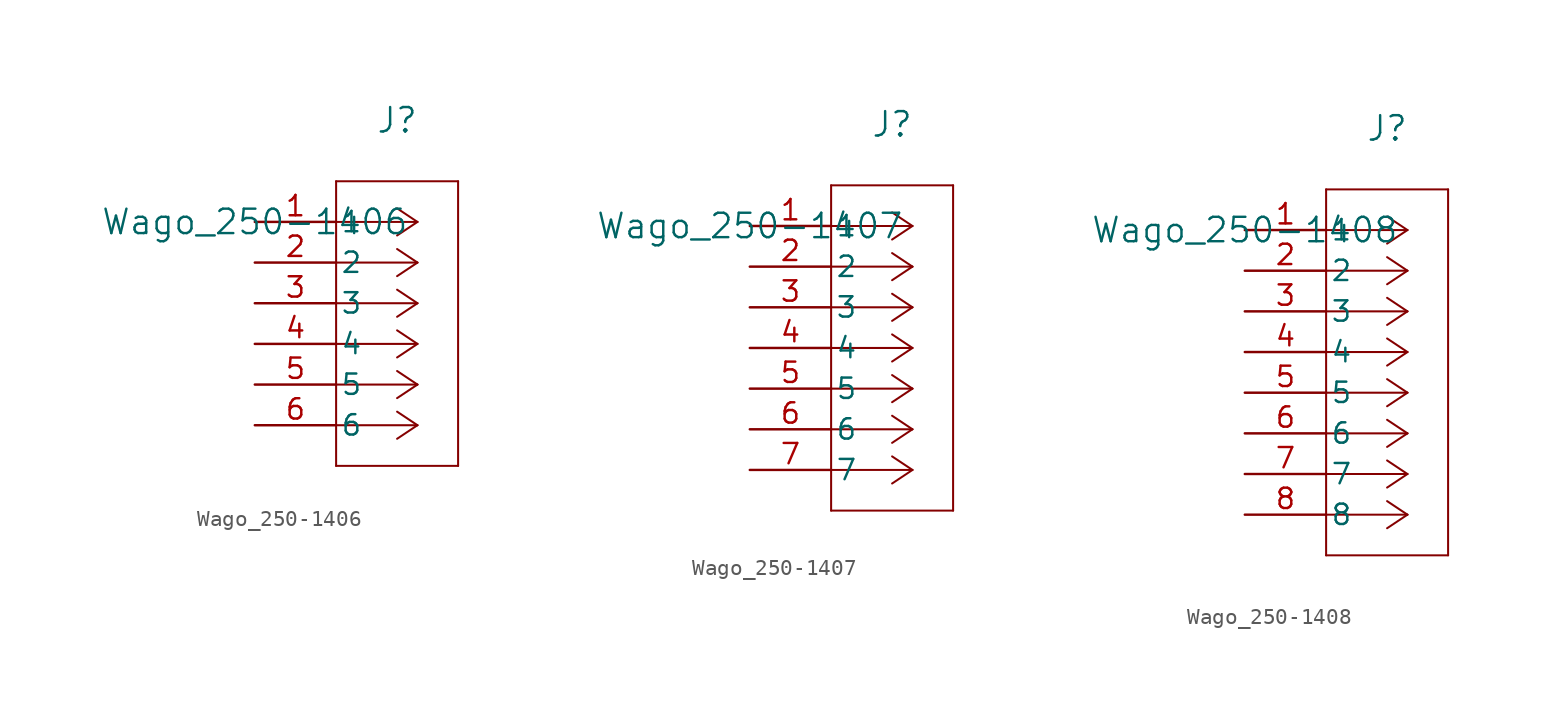
<source format=kicad_sym>
(kicad_symbol_lib
  (version 20241209)
  (generator "kicad_symbol_editor")
  (generator_version "9.0")
  (symbol "Wago_250-1406"
    (pin_names
      (offset 0.254))
    (property "Reference" "J"
      (at 8.89 6.35 0)
      (effects (font (size 1.524 1.524))))
    (property "Value" "Wago_250-1406"
      (at 0 0 0)
      (effects (font (size 1.524 1.524))))
    (property "ki_locked" ""
      (at 0 0 0)
      (effects (font (size 1.27 1.27))))
    (symbol "Wago_250-1406_0_1"
      (polyline (pts (xy 5.08 2.54) (xy 5.08 -15.24)) (stroke (width 0.127) (type default)) (fill (type none)))
      (polyline (pts (xy 5.08 -15.24) (xy 12.7 -15.24)) (stroke (width 0.127) (type default)) (fill (type none)))
      (polyline (pts (xy 10.16 0) (xy 5.08 0)) (stroke (width 0.127) (type default)) (fill (type none)))
      (polyline (pts (xy 10.16 0) (xy 8.89 0.847)) (stroke (width 0.127) (type default)) (fill (type none)))
      (polyline (pts (xy 10.16 0) (xy 8.89 -0.847)) (stroke (width 0.127) (type default)) (fill (type none)))
      (polyline (pts (xy 10.16 -2.54) (xy 5.08 -2.54)) (stroke (width 0.127) (type default)) (fill (type none)))
      (polyline (pts (xy 10.16 -2.54) (xy 8.89 -1.693)) (stroke (width 0.127) (type default)) (fill (type none)))
      (polyline (pts (xy 10.16 -2.54) (xy 8.89 -3.387)) (stroke (width 0.127) (type default)) (fill (type none)))
      (polyline (pts (xy 10.16 -5.08) (xy 5.08 -5.08)) (stroke (width 0.127) (type default)) (fill (type none)))
      (polyline (pts (xy 10.16 -5.08) (xy 8.89 -4.233)) (stroke (width 0.127) (type default)) (fill (type none)))
      (polyline (pts (xy 10.16 -5.08) (xy 8.89 -5.927)) (stroke (width 0.127) (type default)) (fill (type none)))
      (polyline (pts (xy 10.16 -7.62) (xy 5.08 -7.62)) (stroke (width 0.127) (type default)) (fill (type none)))
      (polyline (pts (xy 10.16 -7.62) (xy 8.89 -6.773)) (stroke (width 0.127) (type default)) (fill (type none)))
      (polyline (pts (xy 10.16 -7.62) (xy 8.89 -8.467)) (stroke (width 0.127) (type default)) (fill (type none)))
      (polyline (pts (xy 10.16 -10.16) (xy 5.08 -10.16)) (stroke (width 0.127) (type default)) (fill (type none)))
      (polyline (pts (xy 10.16 -10.16) (xy 8.89 -9.313)) (stroke (width 0.127) (type default)) (fill (type none)))
      (polyline (pts (xy 10.16 -10.16) (xy 8.89 -11.007)) (stroke (width 0.127) (type default)) (fill (type none)))
      (polyline (pts (xy 10.16 -12.7) (xy 5.08 -12.7)) (stroke (width 0.127) (type default)) (fill (type none)))
      (polyline (pts (xy 10.16 -12.7) (xy 8.89 -11.853)) (stroke (width 0.127) (type default)) (fill (type none)))
      (polyline (pts (xy 10.16 -12.7) (xy 8.89 -13.547)) (stroke (width 0.127) (type default)) (fill (type none)))
      (polyline (pts (xy 12.7 2.54) (xy 5.08 2.54)) (stroke (width 0.127) (type default)) (fill (type none)))
      (polyline (pts (xy 12.7 -15.24) (xy 12.7 2.54)) (stroke (width 0.127) (type default)) (fill (type none)))
      (pin unspecified line (at 0 0 0) (length 5.08) (name "1" (effects (font (size 1.27 1.27)))) (number "1" (effects (font (size 1.27 1.27)))))
      (pin unspecified line (at 0 -2.54 0) (length 5.08) (name "2" (effects (font (size 1.27 1.27)))) (number "2" (effects (font (size 1.27 1.27)))))
      (pin unspecified line (at 0 -5.08 0) (length 5.08) (name "3" (effects (font (size 1.27 1.27)))) (number "3" (effects (font (size 1.27 1.27)))))
      (pin unspecified line (at 0 -7.62 0) (length 5.08) (name "4" (effects (font (size 1.27 1.27)))) (number "4" (effects (font (size 1.27 1.27)))))
      (pin unspecified line (at 0 -10.16 0) (length 5.08) (name "5" (effects (font (size 1.27 1.27)))) (number "5" (effects (font (size 1.27 1.27)))))
      (pin unspecified line (at 0 -12.7 0) (length 5.08) (name "6" (effects (font (size 1.27 1.27)))) (number "6" (effects (font (size 1.27 1.27)))))))
  (symbol "Wago_250-1407"
    (pin_names
      (offset 0.254))
    (property "Reference" "J"
      (at 8.89 6.35 0)
      (effects (font (size 1.524 1.524))))
    (property "Value" "Wago_250-1407"
      (at 0 0 0)
      (effects (font (size 1.524 1.524))))
    (property "ki_locked" ""
      (at 0 0 0)
      (effects (font (size 1.27 1.27))))
    (symbol "Wago_250-1407_0_1"
      (polyline (pts (xy 5.08 2.54) (xy 5.08 -17.78)) (stroke (width 0.127) (type default)) (fill (type none)))
      (polyline (pts (xy 5.08 -17.78) (xy 12.7 -17.78)) (stroke (width 0.127) (type default)) (fill (type none)))
      (polyline (pts (xy 10.16 0) (xy 5.08 0)) (stroke (width 0.127) (type default)) (fill (type none)))
      (polyline (pts (xy 10.16 0) (xy 8.89 0.847)) (stroke (width 0.127) (type default)) (fill (type none)))
      (polyline (pts (xy 10.16 0) (xy 8.89 -0.847)) (stroke (width 0.127) (type default)) (fill (type none)))
      (polyline (pts (xy 10.16 -2.54) (xy 5.08 -2.54)) (stroke (width 0.127) (type default)) (fill (type none)))
      (polyline (pts (xy 10.16 -2.54) (xy 8.89 -1.693)) (stroke (width 0.127) (type default)) (fill (type none)))
      (polyline (pts (xy 10.16 -2.54) (xy 8.89 -3.387)) (stroke (width 0.127) (type default)) (fill (type none)))
      (polyline (pts (xy 10.16 -5.08) (xy 5.08 -5.08)) (stroke (width 0.127) (type default)) (fill (type none)))
      (polyline (pts (xy 10.16 -5.08) (xy 8.89 -4.233)) (stroke (width 0.127) (type default)) (fill (type none)))
      (polyline (pts (xy 10.16 -5.08) (xy 8.89 -5.927)) (stroke (width 0.127) (type default)) (fill (type none)))
      (polyline (pts (xy 10.16 -7.62) (xy 5.08 -7.62)) (stroke (width 0.127) (type default)) (fill (type none)))
      (polyline (pts (xy 10.16 -7.62) (xy 8.89 -6.773)) (stroke (width 0.127) (type default)) (fill (type none)))
      (polyline (pts (xy 10.16 -7.62) (xy 8.89 -8.467)) (stroke (width 0.127) (type default)) (fill (type none)))
      (polyline (pts (xy 10.16 -10.16) (xy 5.08 -10.16)) (stroke (width 0.127) (type default)) (fill (type none)))
      (polyline (pts (xy 10.16 -10.16) (xy 8.89 -9.313)) (stroke (width 0.127) (type default)) (fill (type none)))
      (polyline (pts (xy 10.16 -10.16) (xy 8.89 -11.007)) (stroke (width 0.127) (type default)) (fill (type none)))
      (polyline (pts (xy 10.16 -12.7) (xy 5.08 -12.7)) (stroke (width 0.127) (type default)) (fill (type none)))
      (polyline (pts (xy 10.16 -12.7) (xy 8.89 -11.853)) (stroke (width 0.127) (type default)) (fill (type none)))
      (polyline (pts (xy 10.16 -12.7) (xy 8.89 -13.547)) (stroke (width 0.127) (type default)) (fill (type none)))
      (polyline (pts (xy 10.16 -15.24) (xy 5.08 -15.24)) (stroke (width 0.127) (type default)) (fill (type none)))
      (polyline (pts (xy 10.16 -15.24) (xy 8.89 -14.393)) (stroke (width 0.127) (type default)) (fill (type none)))
      (polyline (pts (xy 10.16 -15.24) (xy 8.89 -16.087)) (stroke (width 0.127) (type default)) (fill (type none)))
      (polyline (pts (xy 12.7 2.54) (xy 5.08 2.54)) (stroke (width 0.127) (type default)) (fill (type none)))
      (polyline (pts (xy 12.7 -17.78) (xy 12.7 2.54)) (stroke (width 0.127) (type default)) (fill (type none)))
      (pin unspecified line (at 0 0 0) (length 5.08) (name "1" (effects (font (size 1.27 1.27)))) (number "1" (effects (font (size 1.27 1.27)))))
      (pin unspecified line (at 0 -2.54 0) (length 5.08) (name "2" (effects (font (size 1.27 1.27)))) (number "2" (effects (font (size 1.27 1.27)))))
      (pin unspecified line (at 0 -5.08 0) (length 5.08) (name "3" (effects (font (size 1.27 1.27)))) (number "3" (effects (font (size 1.27 1.27)))))
      (pin unspecified line (at 0 -7.62 0) (length 5.08) (name "4" (effects (font (size 1.27 1.27)))) (number "4" (effects (font (size 1.27 1.27)))))
      (pin unspecified line (at 0 -10.16 0) (length 5.08) (name "5" (effects (font (size 1.27 1.27)))) (number "5" (effects (font (size 1.27 1.27)))))
      (pin unspecified line (at 0 -12.7 0) (length 5.08) (name "6" (effects (font (size 1.27 1.27)))) (number "6" (effects (font (size 1.27 1.27)))))
      (pin unspecified line (at 0 -15.24 0) (length 5.08) (name "7" (effects (font (size 1.27 1.27)))) (number "7" (effects (font (size 1.27 1.27)))))))
  (symbol "Wago_250-1408"
    (pin_names
      (offset 0.254))
    (property "Reference" "J"
      (at 8.89 6.35 0)
      (effects (font (size 1.524 1.524))))
    (property "Value" "Wago_250-1408"
      (at 0 0 0)
      (effects (font (size 1.524 1.524))))
    (property "ki_locked" ""
      (at 0 0 0)
      (effects (font (size 1.27 1.27))))
    (symbol "Wago_250-1408_0_1"
      (polyline (pts (xy 5.08 2.54) (xy 5.08 -20.32)) (stroke (width 0.127) (type default)) (fill (type none)))
      (polyline (pts (xy 5.08 -20.32) (xy 12.7 -20.32)) (stroke (width 0.127) (type default)) (fill (type none)))
      (polyline (pts (xy 10.16 0) (xy 5.08 0)) (stroke (width 0.127) (type default)) (fill (type none)))
      (polyline (pts (xy 10.16 0) (xy 8.89 0.847)) (stroke (width 0.127) (type default)) (fill (type none)))
      (polyline (pts (xy 10.16 0) (xy 8.89 -0.847)) (stroke (width 0.127) (type default)) (fill (type none)))
      (polyline (pts (xy 10.16 -2.54) (xy 5.08 -2.54)) (stroke (width 0.127) (type default)) (fill (type none)))
      (polyline (pts (xy 10.16 -2.54) (xy 8.89 -1.693)) (stroke (width 0.127) (type default)) (fill (type none)))
      (polyline (pts (xy 10.16 -2.54) (xy 8.89 -3.387)) (stroke (width 0.127) (type default)) (fill (type none)))
      (polyline (pts (xy 10.16 -5.08) (xy 5.08 -5.08)) (stroke (width 0.127) (type default)) (fill (type none)))
      (polyline (pts (xy 10.16 -5.08) (xy 8.89 -4.233)) (stroke (width 0.127) (type default)) (fill (type none)))
      (polyline (pts (xy 10.16 -5.08) (xy 8.89 -5.927)) (stroke (width 0.127) (type default)) (fill (type none)))
      (polyline (pts (xy 10.16 -7.62) (xy 5.08 -7.62)) (stroke (width 0.127) (type default)) (fill (type none)))
      (polyline (pts (xy 10.16 -7.62) (xy 8.89 -6.773)) (stroke (width 0.127) (type default)) (fill (type none)))
      (polyline (pts (xy 10.16 -7.62) (xy 8.89 -8.467)) (stroke (width 0.127) (type default)) (fill (type none)))
      (polyline (pts (xy 10.16 -10.16) (xy 5.08 -10.16)) (stroke (width 0.127) (type default)) (fill (type none)))
      (polyline (pts (xy 10.16 -10.16) (xy 8.89 -9.313)) (stroke (width 0.127) (type default)) (fill (type none)))
      (polyline (pts (xy 10.16 -10.16) (xy 8.89 -11.007)) (stroke (width 0.127) (type default)) (fill (type none)))
      (polyline (pts (xy 10.16 -12.7) (xy 5.08 -12.7)) (stroke (width 0.127) (type default)) (fill (type none)))
      (polyline (pts (xy 10.16 -12.7) (xy 8.89 -11.853)) (stroke (width 0.127) (type default)) (fill (type none)))
      (polyline (pts (xy 10.16 -12.7) (xy 8.89 -13.547)) (stroke (width 0.127) (type default)) (fill (type none)))
      (polyline (pts (xy 10.16 -15.24) (xy 5.08 -15.24)) (stroke (width 0.127) (type default)) (fill (type none)))
      (polyline (pts (xy 10.16 -15.24) (xy 8.89 -14.393)) (stroke (width 0.127) (type default)) (fill (type none)))
      (polyline (pts (xy 10.16 -15.24) (xy 8.89 -16.087)) (stroke (width 0.127) (type default)) (fill (type none)))
      (polyline (pts (xy 10.16 -17.78) (xy 5.08 -17.78)) (stroke (width 0.127) (type default)) (fill (type none)))
      (polyline (pts (xy 10.16 -17.78) (xy 8.89 -16.933)) (stroke (width 0.127) (type default)) (fill (type none)))
      (polyline (pts (xy 10.16 -17.78) (xy 8.89 -18.627)) (stroke (width 0.127) (type default)) (fill (type none)))
      (polyline (pts (xy 12.7 2.54) (xy 5.08 2.54)) (stroke (width 0.127) (type default)) (fill (type none)))
      (polyline (pts (xy 12.7 -20.32) (xy 12.7 2.54)) (stroke (width 0.127) (type default)) (fill (type none)))
      (pin unspecified line (at 0 0 0) (length 5.08) (name "1" (effects (font (size 1.27 1.27)))) (number "1" (effects (font (size 1.27 1.27)))))
      (pin unspecified line (at 0 -2.54 0) (length 5.08) (name "2" (effects (font (size 1.27 1.27)))) (number "2" (effects (font (size 1.27 1.27)))))
      (pin unspecified line (at 0 -5.08 0) (length 5.08) (name "3" (effects (font (size 1.27 1.27)))) (number "3" (effects (font (size 1.27 1.27)))))
      (pin unspecified line (at 0 -7.62 0) (length 5.08) (name "4" (effects (font (size 1.27 1.27)))) (number "4" (effects (font (size 1.27 1.27)))))
      (pin unspecified line (at 0 -10.16 0) (length 5.08) (name "5" (effects (font (size 1.27 1.27)))) (number "5" (effects (font (size 1.27 1.27)))))
      (pin unspecified line (at 0 -12.7 0) (length 5.08) (name "6" (effects (font (size 1.27 1.27)))) (number "6" (effects (font (size 1.27 1.27)))))
      (pin unspecified line (at 0 -15.24 0) (length 5.08) (name "7" (effects (font (size 1.27 1.27)))) (number "7" (effects (font (size 1.27 1.27)))))
      (pin unspecified line (at 0 -17.78 0) (length 5.08) (name "8" (effects (font (size 1.27 1.27)))) (number "8" (effects (font (size 1.27 1.27))))))))
</source>
